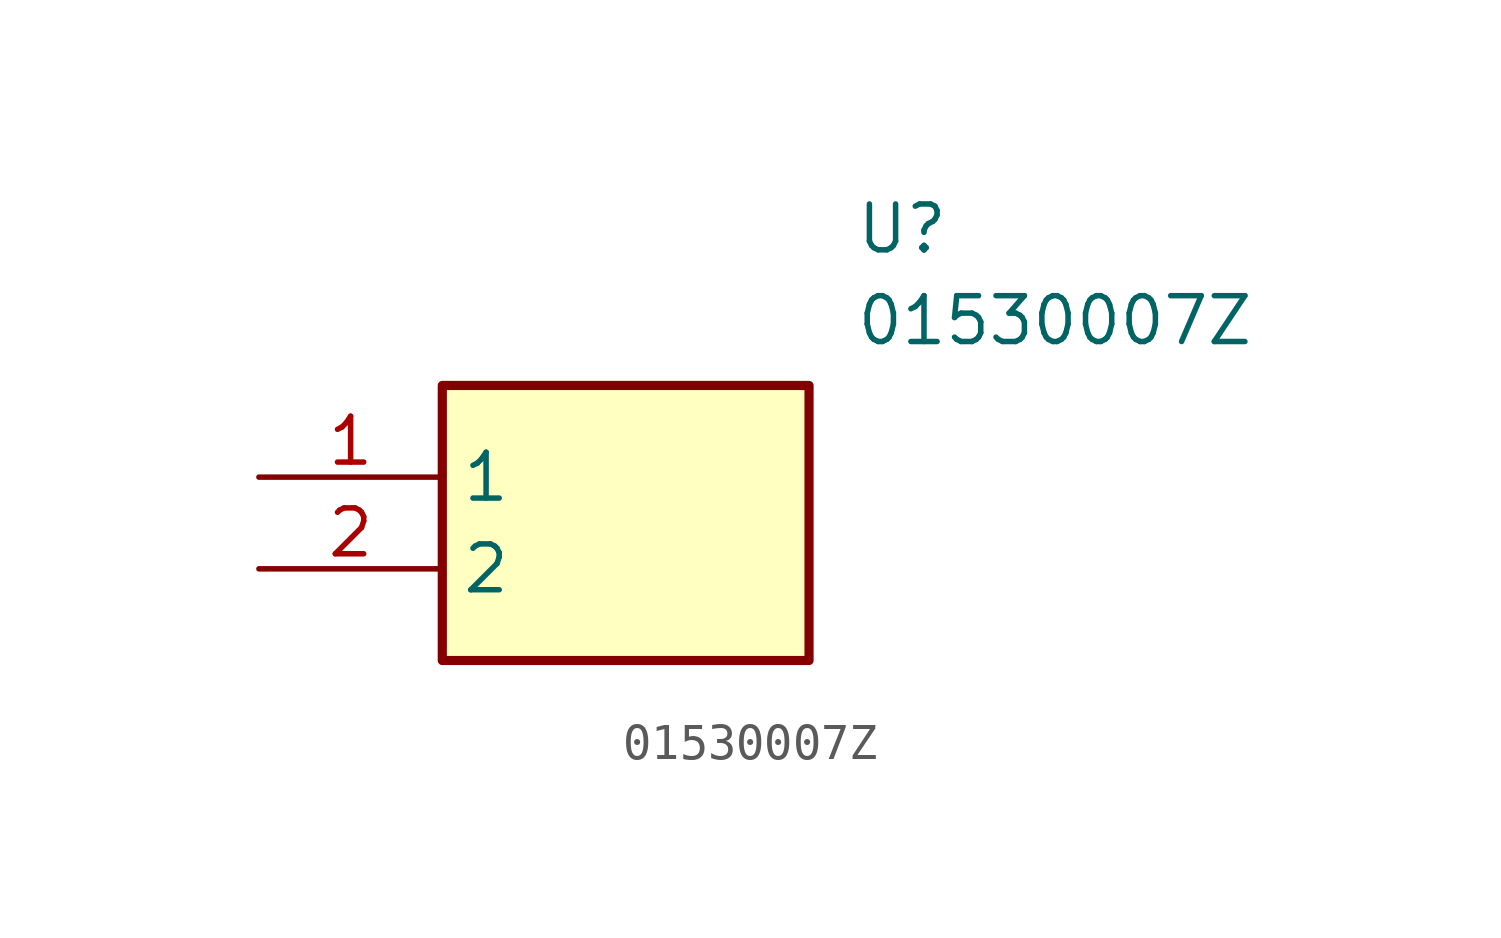
<source format=kicad_sym>
(kicad_symbol_lib
  (version 20211014)
  (generator SamacSys_ECAD_Model)
  (symbol "01530007Z"
    (property "Reference" "U"
      (at 16.51 7.62 0)
      (effects (font (size 1.27 1.27)) (justify left top)))
    (property "Value" "01530007Z"
      (at 16.51 5.08 0)
      (effects (font (size 1.27 1.27)) (justify left top)))
    (rectangle
      (start 5.08 2.54)
      (end 15.24 -5.08)
      (stroke (width 0.254) (type default))
      (fill (type background)))
    (pin passive line
      (at 0 0 0)
      (length 5.08)
      (name "1" (effects (font (size 1.27 1.27))))
      (number "1" (effects (font (size 1.27 1.27)))))
    (pin passive line
      (at 0 -2.54 0)
      (length 5.08)
      (name "2" (effects (font (size 1.27 1.27))))
      (number "2" (effects (font (size 1.27 1.27)))))))
</source>
